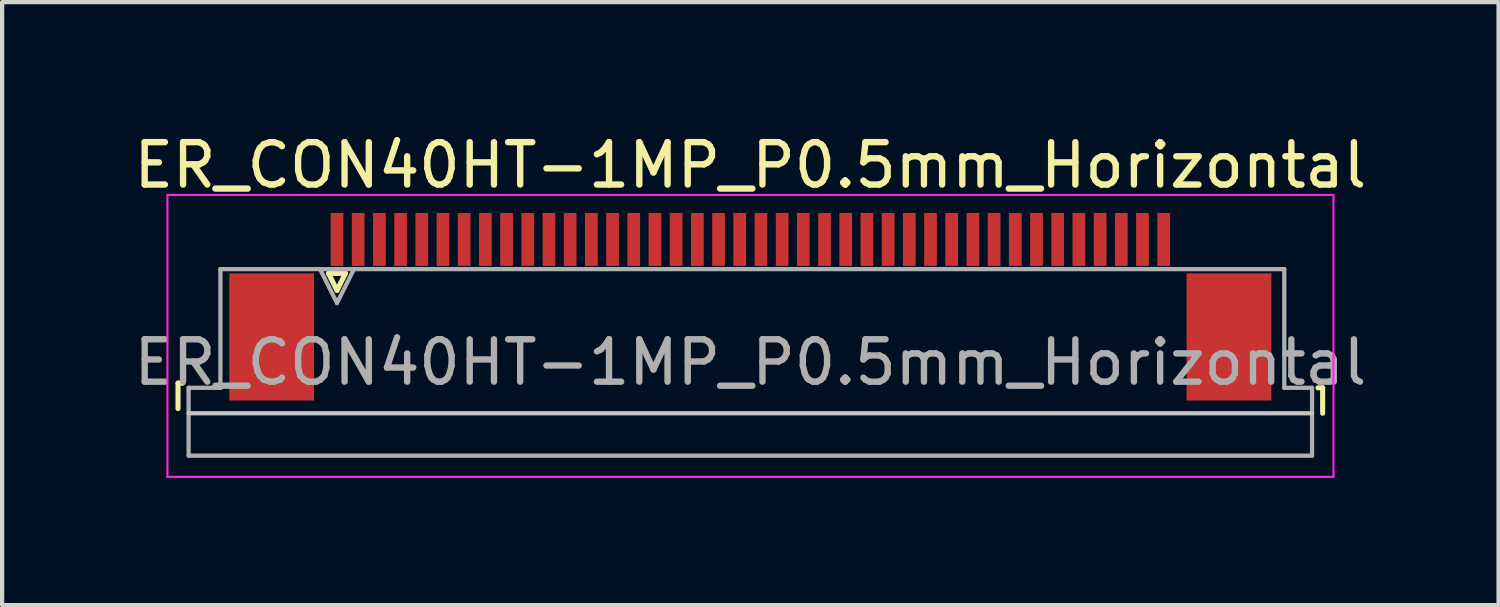
<source format=kicad_pcb>
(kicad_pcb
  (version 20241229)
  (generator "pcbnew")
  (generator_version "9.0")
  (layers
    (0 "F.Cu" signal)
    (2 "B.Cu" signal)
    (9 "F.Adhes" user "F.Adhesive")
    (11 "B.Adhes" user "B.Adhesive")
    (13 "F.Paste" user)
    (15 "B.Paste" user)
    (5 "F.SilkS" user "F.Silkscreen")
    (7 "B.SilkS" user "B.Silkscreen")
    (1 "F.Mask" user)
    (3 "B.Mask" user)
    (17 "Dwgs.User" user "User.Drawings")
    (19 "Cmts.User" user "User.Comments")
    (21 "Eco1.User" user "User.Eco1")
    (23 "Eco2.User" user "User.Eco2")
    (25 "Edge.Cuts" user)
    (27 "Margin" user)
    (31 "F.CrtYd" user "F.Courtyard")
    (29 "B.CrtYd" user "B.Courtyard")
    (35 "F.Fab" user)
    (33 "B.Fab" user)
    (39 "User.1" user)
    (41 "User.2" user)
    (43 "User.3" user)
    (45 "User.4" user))
  (footprint "ER_CON40HT-1MP_P0.5mm_Horizontal"
    (layer "F.Cu")
    (at 14.649 3.948)
    (property "Reference" "ER_CON40HT-1MP_P0.5mm_Horizontal" (at 0 -3.1 0) (layer "F.SilkS") (effects (font (size 1 1) (thickness 0.15))))
    (attr smd)
    (fp_line (start -13.5 2.04) (end -13.5 2.64) (stroke (width 0.12) (type solid)) (layer "F.SilkS"))
    (fp_line (start -13.39 2.04) (end -13.5 2.04) (stroke (width 0.12) (type solid)) (layer "F.SilkS"))
    (fp_line (start -9.95 -0.55) (end -9.75 -0.15) (stroke (width 0.12) (type solid)) (layer "F.SilkS"))
    (fp_line (start -9.75 -0.15) (end -9.55 -0.55) (stroke (width 0.12) (type solid)) (layer "F.SilkS"))
    (fp_line (start -9.55 -0.55) (end -9.95 -0.55) (stroke (width 0.12) (type solid)) (layer "F.SilkS"))
    (fp_line (start 13.39 2.15) (end 13.5 2.15) (stroke (width 0.12) (type solid)) (layer "F.SilkS"))
    (fp_line (start 13.5 2.15) (end 13.5 2.75) (stroke (width 0.12) (type solid)) (layer "F.SilkS"))
    (fp_line (start 13.25 2.75) (end -13.25 2.75) (stroke (width 0.1) (type solid)) (layer "Dwgs.User"))
    (fp_line (start -13.75 -2.4) (end -13.75 4.25) (stroke (width 0.05) (type solid)) (layer "F.CrtYd"))
    (fp_line (start -13.75 4.25) (end 13.755 4.25) (stroke (width 0.05) (type solid)) (layer "F.CrtYd"))
    (fp_line (start 13.755 -2.4) (end -13.75 -2.4) (stroke (width 0.05) (type solid)) (layer "F.CrtYd"))
    (fp_line (start 13.755 4.25) (end 13.755 -2.4) (stroke (width 0.05) (type solid)) (layer "F.CrtYd"))
    (fp_line (start -13.25 2.15) (end -12.5 2.15) (stroke (width 0.1) (type solid)) (layer "F.Fab"))
    (fp_line (start -13.25 3.75) (end -13.25 2.15) (stroke (width 0.1) (type solid)) (layer "F.Fab"))
    (fp_line (start -12.5 -0.65) (end 12.595 -0.65) (stroke (width 0.1) (type solid)) (layer "F.Fab"))
    (fp_line (start -12.5 2.15) (end -12.5 -0.65) (stroke (width 0.1) (type solid)) (layer "F.Fab"))
    (fp_line (start -10.15 -0.65) (end -9.75 0.15) (stroke (width 0.1) (type solid)) (layer "F.Fab"))
    (fp_line (start -9.75 0.15) (end -9.35 -0.65) (stroke (width 0.1) (type solid)) (layer "F.Fab"))
    (fp_line (start 12.595 -0.65) (end 12.595 2.15) (stroke (width 0.1) (type solid)) (layer "F.Fab"))
    (fp_line (start 12.595 2.15) (end 13.25 2.15) (stroke (width 0.1) (type solid)) (layer "F.Fab"))
    (fp_line (start 13.25 2.15) (end 13.25 3.75) (stroke (width 0.1) (type solid)) (layer "F.Fab"))
    (fp_line (start 13.25 3.75) (end -13.25 3.75) (stroke (width 0.1) (type solid)) (layer "F.Fab"))
    (fp_text user "${REFERENCE}" (at 0 1.55 0) (layer "F.Fab") (effects (font (size 1 1) (thickness 0.15))))
    (pad "1" smd rect (at -9.75 -1.35) (size 0.3 1.25) (layers "F.Cu" "F.Mask" "F.Paste"))
    (pad "2" smd rect (at -9.25 -1.35) (size 0.3 1.25) (layers "F.Cu" "F.Mask" "F.Paste"))
    (pad "3" smd rect (at -8.75 -1.35) (size 0.3 1.25) (layers "F.Cu" "F.Mask" "F.Paste"))
    (pad "4" smd rect (at -8.25 -1.35) (size 0.3 1.25) (layers "F.Cu" "F.Mask" "F.Paste"))
    (pad "5" smd rect (at -7.75 -1.35) (size 0.3 1.25) (layers "F.Cu" "F.Mask" "F.Paste"))
    (pad "6" smd rect (at -7.25 -1.35) (size 0.3 1.25) (layers "F.Cu" "F.Mask" "F.Paste"))
    (pad "7" smd rect (at -6.75 -1.35) (size 0.3 1.25) (layers "F.Cu" "F.Mask" "F.Paste"))
    (pad "8" smd rect (at -6.25 -1.35) (size 0.3 1.25) (layers "F.Cu" "F.Mask" "F.Paste"))
    (pad "9" smd rect (at -5.75 -1.35) (size 0.3 1.25) (layers "F.Cu" "F.Mask" "F.Paste"))
    (pad "10" smd rect (at -5.25 -1.35) (size 0.3 1.25) (layers "F.Cu" "F.Mask" "F.Paste"))
    (pad "11" smd rect (at -4.75 -1.35) (size 0.3 1.25) (layers "F.Cu" "F.Mask" "F.Paste"))
    (pad "12" smd rect (at -4.25 -1.35) (size 0.3 1.25) (layers "F.Cu" "F.Mask" "F.Paste"))
    (pad "13" smd rect (at -3.75 -1.35) (size 0.3 1.25) (layers "F.Cu" "F.Mask" "F.Paste"))
    (pad "14" smd rect (at -3.25 -1.35) (size 0.3 1.25) (layers "F.Cu" "F.Mask" "F.Paste"))
    (pad "15" smd rect (at -2.75 -1.35) (size 0.3 1.25) (layers "F.Cu" "F.Mask" "F.Paste"))
    (pad "16" smd rect (at -2.25 -1.35) (size 0.3 1.25) (layers "F.Cu" "F.Mask" "F.Paste"))
    (pad "17" smd rect (at -1.75 -1.35) (size 0.3 1.25) (layers "F.Cu" "F.Mask" "F.Paste"))
    (pad "18" smd rect (at -1.25 -1.35) (size 0.3 1.25) (layers "F.Cu" "F.Mask" "F.Paste"))
    (pad "19" smd rect (at -0.75 -1.35) (size 0.3 1.25) (layers "F.Cu" "F.Mask" "F.Paste"))
    (pad "20" smd rect (at -0.25 -1.35) (size 0.3 1.25) (layers "F.Cu" "F.Mask" "F.Paste"))
    (pad "21" smd rect (at 0.25 -1.35) (size 0.3 1.25) (layers "F.Cu" "F.Mask" "F.Paste"))
    (pad "22" smd rect (at 0.75 -1.35) (size 0.3 1.25) (layers "F.Cu" "F.Mask" "F.Paste"))
    (pad "23" smd rect (at 1.25 -1.35) (size 0.3 1.25) (layers "F.Cu" "F.Mask" "F.Paste"))
    (pad "24" smd rect (at 1.75 -1.35) (size 0.3 1.25) (layers "F.Cu" "F.Mask" "F.Paste"))
    (pad "25" smd rect (at 2.25 -1.35) (size 0.3 1.25) (layers "F.Cu" "F.Mask" "F.Paste"))
    (pad "26" smd rect (at 2.75 -1.35) (size 0.3 1.25) (layers "F.Cu" "F.Mask" "F.Paste"))
    (pad "27" smd rect (at 3.25 -1.35) (size 0.3 1.25) (layers "F.Cu" "F.Mask" "F.Paste"))
    (pad "28" smd rect (at 3.75 -1.35) (size 0.3 1.25) (layers "F.Cu" "F.Mask" "F.Paste"))
    (pad "29" smd rect (at 4.25 -1.35) (size 0.3 1.25) (layers "F.Cu" "F.Mask" "F.Paste"))
    (pad "30" smd rect (at 4.75 -1.35) (size 0.3 1.25) (layers "F.Cu" "F.Mask" "F.Paste"))
    (pad "31" smd rect (at 5.25 -1.35) (size 0.3 1.25) (layers "F.Cu" "F.Mask" "F.Paste"))
    (pad "32" smd rect (at 5.75 -1.35) (size 0.3 1.25) (layers "F.Cu" "F.Mask" "F.Paste"))
    (pad "33" smd rect (at 6.25 -1.35) (size 0.3 1.25) (layers "F.Cu" "F.Mask" "F.Paste"))
    (pad "34" smd rect (at 6.75 -1.35) (size 0.3 1.25) (layers "F.Cu" "F.Mask" "F.Paste"))
    (pad "35" smd rect (at 7.25 -1.35) (size 0.3 1.25) (layers "F.Cu" "F.Mask" "F.Paste"))
    (pad "36" smd rect (at 7.75 -1.35) (size 0.3 1.25) (layers "F.Cu" "F.Mask" "F.Paste"))
    (pad "37" smd rect (at 8.25 -1.35) (size 0.3 1.25) (layers "F.Cu" "F.Mask" "F.Paste"))
    (pad "38" smd rect (at 8.75 -1.35) (size 0.3 1.25) (layers "F.Cu" "F.Mask" "F.Paste"))
    (pad "39" smd rect (at 9.25 -1.35) (size 0.3 1.25) (layers "F.Cu" "F.Mask" "F.Paste"))
    (pad "40" smd rect (at 9.75 -1.35) (size 0.3 1.25) (layers "F.Cu" "F.Mask" "F.Paste"))
    (pad "MP" smd rect (at -11.29 0.95) (size 2 3) (layers "F.Cu" "F.Mask" "F.Paste"))
    (pad "MP" smd rect (at 11.29 0.95) (size 2 3) (layers "F.Cu" "F.Mask" "F.Paste")))
  (gr_rect
    (start -3 -3)
    (end 32.298 11.223)
    (stroke (width 0.1) (type default))
    (fill no)
    (layer "Edge.Cuts")))
</source>
